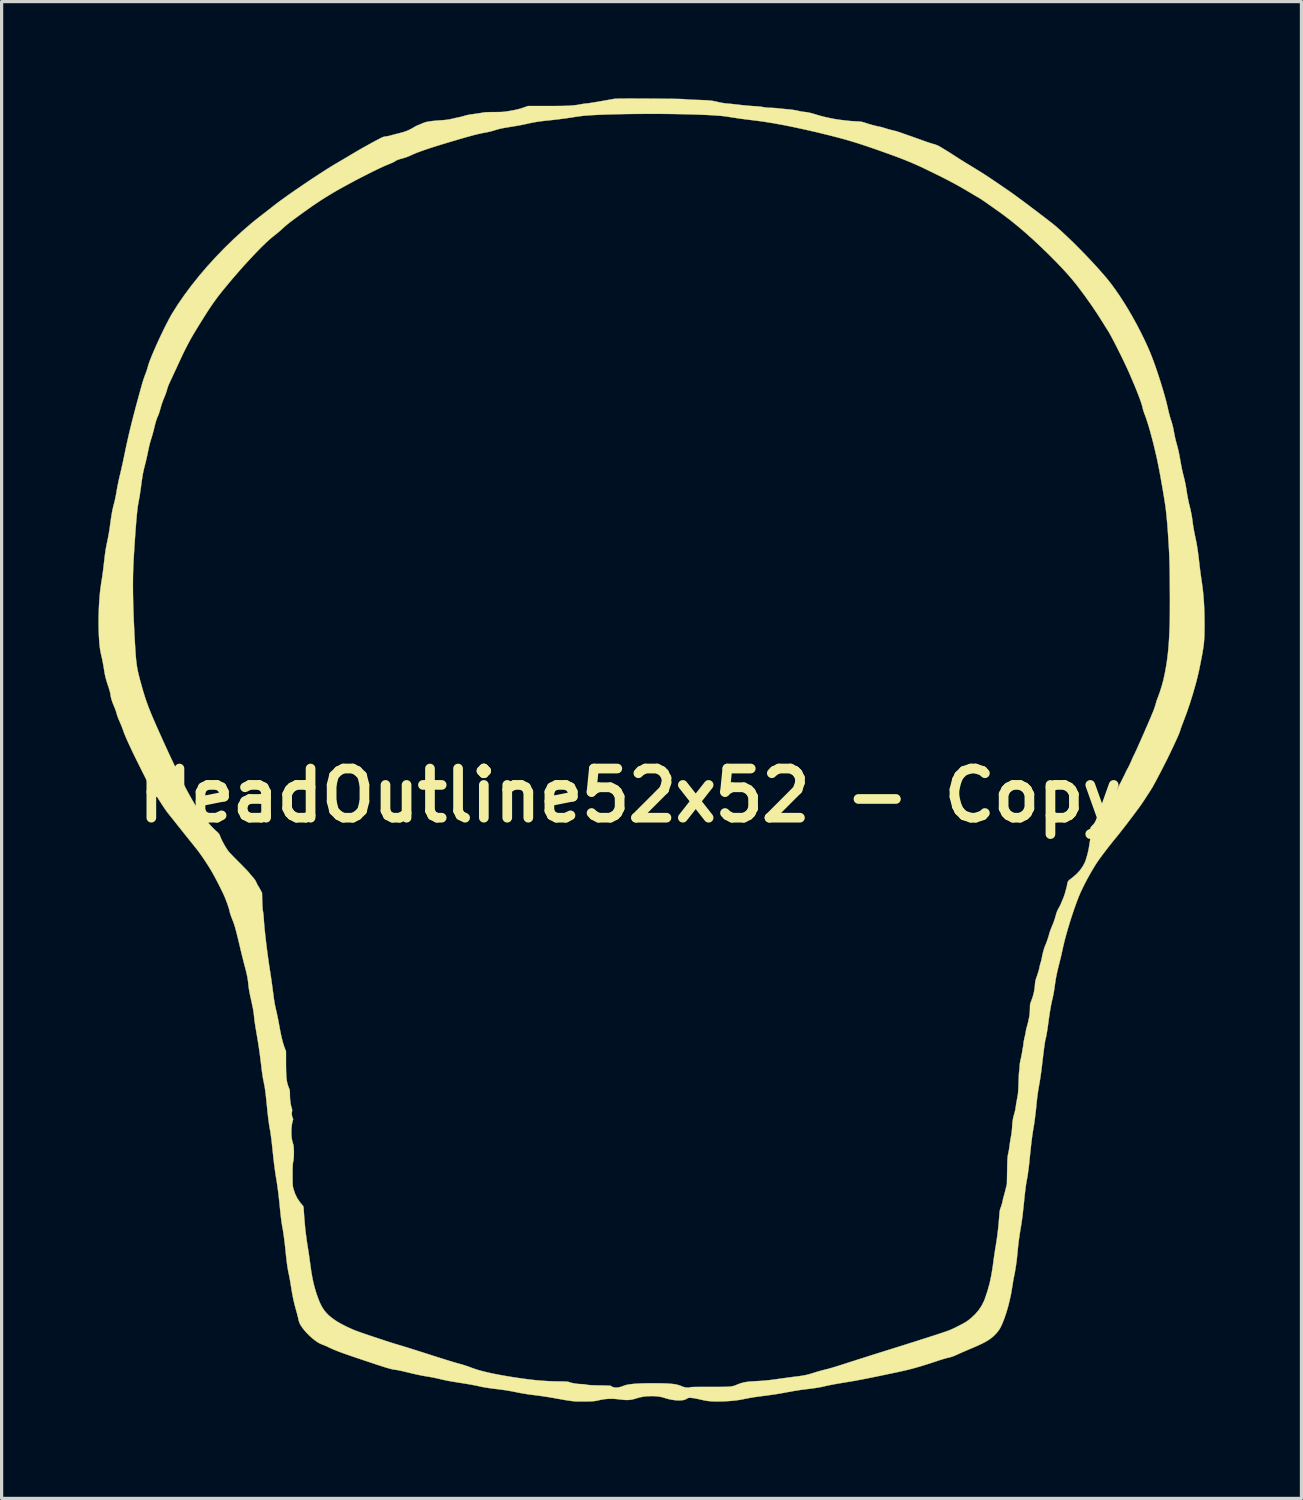
<source format=kicad_pcb>
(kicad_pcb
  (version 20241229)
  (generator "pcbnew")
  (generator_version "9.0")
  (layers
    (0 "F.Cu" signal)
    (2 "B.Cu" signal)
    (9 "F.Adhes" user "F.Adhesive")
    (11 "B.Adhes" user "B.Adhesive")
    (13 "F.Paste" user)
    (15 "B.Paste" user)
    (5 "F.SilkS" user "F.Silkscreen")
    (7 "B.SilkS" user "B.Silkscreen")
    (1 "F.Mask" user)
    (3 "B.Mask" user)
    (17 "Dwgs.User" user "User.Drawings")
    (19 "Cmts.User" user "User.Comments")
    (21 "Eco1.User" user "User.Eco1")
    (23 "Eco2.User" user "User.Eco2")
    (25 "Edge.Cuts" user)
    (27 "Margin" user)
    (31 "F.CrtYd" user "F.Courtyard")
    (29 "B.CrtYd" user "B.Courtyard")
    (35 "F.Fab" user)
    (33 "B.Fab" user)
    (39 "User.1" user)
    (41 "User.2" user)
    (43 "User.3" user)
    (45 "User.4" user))
  (footprint "HeadOutline52x52 - Copy"
    (layer "F.Cu")
    (at 16.482 21.605)
    (property "Reference" "HeadOutline52x52 - Copy" (at 0 0 0) (layer "F.SilkS") (effects (font (size 1.524 1.524) (thickness 0.3))))
    (attr through_hole)
    (fp_poly (pts (xy 0.113 -21.6) (xy 0.25 -21.599) (xy 0.406 -21.598) (xy 0.582 -21.598) (xy 0.598 -21.597) (xy 0.8 -21.596) (xy 0.983 -21.595) (xy 1.145 -21.593) (xy 1.286 -21.592) (xy 1.407 -21.59) (xy 1.508 -21.588) (xy 1.586 -21.586) (xy 1.644 -21.584) (xy 1.679 -21.581) (xy 1.69 -21.58) (xy 1.716 -21.577) (xy 1.761 -21.573) (xy 1.821 -21.569) (xy 1.894 -21.565) (xy 1.976 -21.562) (xy 2.062 -21.558) (xy 2.093 -21.558) (xy 2.206 -21.554) (xy 2.3 -21.55) (xy 2.379 -21.546) (xy 2.446 -21.541) (xy 2.505 -21.535) (xy 2.559 -21.527) (xy 2.611 -21.518) (xy 2.665 -21.506) (xy 2.724 -21.492) (xy 2.733 -21.49) (xy 2.816 -21.472) (xy 2.907 -21.457) (xy 2.993 -21.447) (xy 3.004 -21.446) (xy 3.075 -21.44) (xy 3.157 -21.432) (xy 3.236 -21.423) (xy 3.28 -21.418) (xy 3.419 -21.402) (xy 3.54 -21.389) (xy 3.647 -21.379) (xy 3.744 -21.371) (xy 3.835 -21.365) (xy 3.862 -21.364) (xy 3.93 -21.359) (xy 4.001 -21.353) (xy 4.067 -21.345) (xy 4.119 -21.336) (xy 4.121 -21.335) (xy 4.196 -21.324) (xy 4.277 -21.316) (xy 4.335 -21.314) (xy 4.391 -21.312) (xy 4.461 -21.308) (xy 4.533 -21.303) (xy 4.589 -21.297) (xy 4.66 -21.289) (xy 4.739 -21.281) (xy 4.815 -21.274) (xy 4.865 -21.27) (xy 5.012 -21.255) (xy 5.153 -21.232) (xy 5.253 -21.209) (xy 5.297 -21.199) (xy 5.352 -21.191) (xy 5.405 -21.185) (xy 5.406 -21.185) (xy 5.492 -21.174) (xy 5.596 -21.152) (xy 5.714 -21.119) (xy 5.781 -21.098) (xy 5.876 -21.07) (xy 5.986 -21.041) (xy 6.106 -21.013) (xy 6.229 -20.987) (xy 6.349 -20.964) (xy 6.46 -20.947) (xy 6.527 -20.938) (xy 6.587 -20.931) (xy 6.651 -20.923) (xy 6.709 -20.916) (xy 6.72 -20.915) (xy 6.763 -20.91) (xy 6.821 -20.905) (xy 6.889 -20.9) (xy 6.959 -20.896) (xy 6.991 -20.894) (xy 7.06 -20.891) (xy 7.113 -20.887) (xy 7.156 -20.882) (xy 7.194 -20.875) (xy 7.233 -20.864) (xy 7.279 -20.85) (xy 7.305 -20.841) (xy 7.432 -20.801) (xy 7.563 -20.765) (xy 7.687 -20.736) (xy 7.73 -20.728) (xy 7.771 -20.719) (xy 7.824 -20.704) (xy 7.883 -20.687) (xy 7.93 -20.672) (xy 7.991 -20.653) (xy 8.056 -20.635) (xy 8.115 -20.62) (xy 8.15 -20.612) (xy 8.201 -20.6) (xy 8.264 -20.583) (xy 8.327 -20.563) (xy 8.359 -20.552) (xy 8.543 -20.487) (xy 8.707 -20.43) (xy 8.851 -20.378) (xy 8.978 -20.333) (xy 9.087 -20.294) (xy 9.105 -20.287) (xy 9.175 -20.262) (xy 9.247 -20.238) (xy 9.314 -20.216) (xy 9.37 -20.199) (xy 9.398 -20.191) (xy 9.452 -20.175) (xy 9.506 -20.156) (xy 9.551 -20.136) (xy 9.563 -20.13) (xy 9.634 -20.089) (xy 9.716 -20.039) (xy 9.805 -19.985) (xy 9.895 -19.929) (xy 9.979 -19.876) (xy 10.052 -19.829) (xy 10.065 -19.82) (xy 10.109 -19.791) (xy 10.169 -19.753) (xy 10.239 -19.708) (xy 10.317 -19.66) (xy 10.398 -19.609) (xy 10.479 -19.56) (xy 10.491 -19.553) (xy 10.59 -19.492) (xy 10.678 -19.438) (xy 10.758 -19.389) (xy 10.831 -19.344) (xy 10.9 -19.301) (xy 10.967 -19.258) (xy 11.034 -19.215) (xy 11.103 -19.169) (xy 11.176 -19.121) (xy 11.256 -19.067) (xy 11.345 -19.007) (xy 11.445 -18.939) (xy 11.557 -18.862) (xy 11.685 -18.774) (xy 11.739 -18.737) (xy 11.796 -18.698) (xy 11.865 -18.648) (xy 11.947 -18.589) (xy 12.037 -18.522) (xy 12.136 -18.45) (xy 12.24 -18.372) (xy 12.348 -18.292) (xy 12.457 -18.209) (xy 12.567 -18.127) (xy 12.674 -18.045) (xy 12.777 -17.966) (xy 12.875 -17.892) (xy 12.964 -17.823) (xy 13.044 -17.76) (xy 13.112 -17.707) (xy 13.166 -17.663) (xy 13.204 -17.631) (xy 13.207 -17.628) (xy 13.371 -17.482) (xy 13.543 -17.321) (xy 13.722 -17.149) (xy 13.903 -16.969) (xy 14.084 -16.784) (xy 14.261 -16.598) (xy 14.431 -16.415) (xy 14.591 -16.236) (xy 14.738 -16.067) (xy 14.783 -16.013) (xy 14.907 -15.856) (xy 15.036 -15.68) (xy 15.168 -15.489) (xy 15.301 -15.284) (xy 15.433 -15.069) (xy 15.563 -14.845) (xy 15.689 -14.617) (xy 15.81 -14.386) (xy 15.924 -14.156) (xy 16.03 -13.928) (xy 16.115 -13.733) (xy 16.164 -13.609) (xy 16.217 -13.47) (xy 16.272 -13.318) (xy 16.327 -13.157) (xy 16.382 -12.991) (xy 16.437 -12.821) (xy 16.489 -12.652) (xy 16.537 -12.488) (xy 16.582 -12.331) (xy 16.621 -12.185) (xy 16.653 -12.052) (xy 16.676 -11.949) (xy 16.693 -11.875) (xy 16.715 -11.791) (xy 16.739 -11.706) (xy 16.763 -11.631) (xy 16.764 -11.629) (xy 16.799 -11.516) (xy 16.828 -11.4) (xy 16.852 -11.275) (xy 16.866 -11.204) (xy 16.88 -11.131) (xy 16.895 -11.064) (xy 16.908 -11.008) (xy 16.914 -10.983) (xy 16.944 -10.877) (xy 16.968 -10.786) (xy 16.989 -10.702) (xy 17.007 -10.62) (xy 17.024 -10.532) (xy 17.042 -10.432) (xy 17.051 -10.385) (xy 17.065 -10.302) (xy 17.081 -10.218) (xy 17.097 -10.138) (xy 17.112 -10.067) (xy 17.124 -10.011) (xy 17.129 -9.993) (xy 17.155 -9.89) (xy 17.177 -9.804) (xy 17.194 -9.728) (xy 17.209 -9.657) (xy 17.222 -9.588) (xy 17.235 -9.513) (xy 17.248 -9.427) (xy 17.25 -9.415) (xy 17.264 -9.329) (xy 17.281 -9.235) (xy 17.299 -9.142) (xy 17.318 -9.056) (xy 17.333 -8.995) (xy 17.359 -8.891) (xy 17.379 -8.8) (xy 17.396 -8.716) (xy 17.411 -8.631) (xy 17.424 -8.538) (xy 17.432 -8.481) (xy 17.443 -8.395) (xy 17.456 -8.315) (xy 17.469 -8.235) (xy 17.486 -8.149) (xy 17.506 -8.051) (xy 17.52 -7.984) (xy 17.546 -7.862) (xy 17.568 -7.737) (xy 17.589 -7.603) (xy 17.609 -7.457) (xy 17.626 -7.316) (xy 17.646 -7.136) (xy 17.666 -6.974) (xy 17.686 -6.824) (xy 17.706 -6.683) (xy 17.725 -6.554) (xy 17.749 -6.374) (xy 17.768 -6.183) (xy 17.783 -5.98) (xy 17.794 -5.761) (xy 17.8 -5.525) (xy 17.802 -5.287) (xy 17.801 -5.147) (xy 17.799 -5.024) (xy 17.796 -4.915) (xy 17.789 -4.813) (xy 17.781 -4.716) (xy 17.769 -4.617) (xy 17.753 -4.513) (xy 17.734 -4.399) (xy 17.713 -4.286) (xy 17.683 -4.133) (xy 17.656 -3.998) (xy 17.631 -3.876) (xy 17.605 -3.763) (xy 17.579 -3.654) (xy 17.552 -3.545) (xy 17.521 -3.433) (xy 17.519 -3.424) (xy 17.432 -3.121) (xy 17.341 -2.832) (xy 17.248 -2.56) (xy 17.153 -2.308) (xy 17.146 -2.289) (xy 17.12 -2.222) (xy 17.096 -2.159) (xy 17.076 -2.104) (xy 17.061 -2.061) (xy 17.053 -2.033) (xy 17.052 -2.032) (xy 17.042 -1.998) (xy 17.025 -1.951) (xy 17 -1.888) (xy 16.966 -1.81) (xy 16.923 -1.715) (xy 16.872 -1.604) (xy 16.811 -1.474) (xy 16.741 -1.327) (xy 16.703 -1.248) (xy 16.67 -1.18) (xy 16.631 -1.1) (xy 16.586 -1.012) (xy 16.538 -0.918) (xy 16.488 -0.82) (xy 16.437 -0.721) (xy 16.386 -0.624) (xy 16.337 -0.532) (xy 16.292 -0.446) (xy 16.251 -0.37) (xy 16.216 -0.306) (xy 16.189 -0.257) (xy 16.172 -0.23) (xy 16.123 -0.151) (xy 16.07 -0.069) (xy 16.016 0.014) (xy 15.964 0.095) (xy 15.914 0.17) (xy 15.871 0.235) (xy 15.835 0.287) (xy 15.816 0.315) (xy 15.744 0.413) (xy 15.664 0.521) (xy 15.578 0.636) (xy 15.488 0.755) (xy 15.397 0.875) (xy 15.307 0.992) (xy 15.22 1.103) (xy 15.139 1.206) (xy 15.065 1.298) (xy 15.002 1.375) (xy 14.998 1.38) (xy 14.948 1.441) (xy 14.891 1.513) (xy 14.828 1.592) (xy 14.764 1.676) (xy 14.699 1.761) (xy 14.638 1.842) (xy 14.581 1.918) (xy 14.534 1.984) (xy 14.497 2.036) (xy 14.492 2.043) (xy 14.414 2.162) (xy 14.334 2.294) (xy 14.252 2.435) (xy 14.172 2.58) (xy 14.095 2.725) (xy 14.025 2.866) (xy 13.962 2.998) (xy 13.911 3.118) (xy 13.903 3.136) (xy 13.833 3.319) (xy 13.763 3.515) (xy 13.694 3.72) (xy 13.627 3.929) (xy 13.564 4.138) (xy 13.506 4.343) (xy 13.455 4.538) (xy 13.412 4.721) (xy 13.395 4.8) (xy 13.381 4.863) (xy 13.364 4.941) (xy 13.343 5.028) (xy 13.322 5.115) (xy 13.301 5.198) (xy 13.3 5.201) (xy 13.267 5.333) (xy 13.24 5.449) (xy 13.217 5.553) (xy 13.198 5.649) (xy 13.182 5.744) (xy 13.168 5.84) (xy 13.164 5.869) (xy 13.148 5.984) (xy 13.132 6.085) (xy 13.115 6.177) (xy 13.096 6.269) (xy 13.079 6.339) (xy 13.051 6.466) (xy 13.025 6.607) (xy 12.999 6.764) (xy 12.974 6.94) (xy 12.965 7.007) (xy 12.95 7.118) (xy 12.935 7.221) (xy 12.921 7.314) (xy 12.907 7.394) (xy 12.895 7.46) (xy 12.885 7.508) (xy 12.877 7.537) (xy 12.87 7.563) (xy 12.861 7.61) (xy 12.85 7.674) (xy 12.839 7.755) (xy 12.826 7.85) (xy 12.812 7.958) (xy 12.798 8.076) (xy 12.788 8.155) (xy 12.771 8.306) (xy 12.755 8.438) (xy 12.74 8.556) (xy 12.725 8.663) (xy 12.71 8.763) (xy 12.695 8.86) (xy 12.678 8.956) (xy 12.658 9.071) (xy 12.642 9.172) (xy 12.628 9.267) (xy 12.616 9.361) (xy 12.604 9.462) (xy 12.592 9.577) (xy 12.59 9.602) (xy 12.573 9.77) (xy 12.554 9.928) (xy 12.536 10.073) (xy 12.517 10.202) (xy 12.501 10.298) (xy 12.486 10.386) (xy 12.472 10.48) (xy 12.457 10.582) (xy 12.443 10.694) (xy 12.428 10.818) (xy 12.413 10.958) (xy 12.396 11.115) (xy 12.379 11.281) (xy 12.367 11.401) (xy 12.354 11.516) (xy 12.34 11.624) (xy 12.327 11.721) (xy 12.315 11.804) (xy 12.303 11.87) (xy 12.297 11.899) (xy 12.285 11.957) (xy 12.273 12.035) (xy 12.259 12.131) (xy 12.245 12.243) (xy 12.23 12.369) (xy 12.215 12.507) (xy 12.209 12.573) (xy 12.189 12.766) (xy 12.17 12.938) (xy 12.152 13.089) (xy 12.134 13.218) (xy 12.117 13.325) (xy 12.114 13.346) (xy 12.097 13.443) (xy 12.081 13.545) (xy 12.065 13.649) (xy 12.051 13.749) (xy 12.039 13.839) (xy 12.03 13.915) (xy 12.027 13.937) (xy 12.022 13.99) (xy 12.015 14.058) (xy 12.008 14.133) (xy 12.001 14.208) (xy 11.998 14.235) (xy 11.978 14.42) (xy 11.954 14.594) (xy 11.925 14.769) (xy 11.901 14.892) (xy 11.885 14.971) (xy 11.869 15.058) (xy 11.855 15.145) (xy 11.842 15.223) (xy 11.839 15.246) (xy 11.806 15.443) (xy 11.763 15.644) (xy 11.713 15.844) (xy 11.656 16.037) (xy 11.594 16.219) (xy 11.531 16.377) (xy 11.493 16.459) (xy 11.456 16.528) (xy 11.416 16.588) (xy 11.368 16.648) (xy 11.321 16.7) (xy 11.267 16.754) (xy 11.21 16.804) (xy 11.147 16.851) (xy 11.076 16.897) (xy 10.995 16.944) (xy 10.902 16.992) (xy 10.793 17.043) (xy 10.668 17.098) (xy 10.558 17.145) (xy 10.479 17.178) (xy 10.391 17.216) (xy 10.303 17.254) (xy 10.222 17.29) (xy 10.177 17.31) (xy 10.107 17.342) (xy 10.052 17.366) (xy 10.007 17.384) (xy 9.966 17.398) (xy 9.925 17.41) (xy 9.878 17.422) (xy 9.829 17.433) (xy 9.793 17.442) (xy 9.74 17.457) (xy 9.677 17.476) (xy 9.606 17.498) (xy 9.533 17.522) (xy 9.519 17.527) (xy 9.361 17.579) (xy 9.219 17.625) (xy 9.091 17.665) (xy 8.973 17.701) (xy 8.862 17.733) (xy 8.754 17.763) (xy 8.645 17.791) (xy 8.532 17.818) (xy 8.411 17.846) (xy 8.279 17.875) (xy 8.178 17.896) (xy 7.974 17.939) (xy 7.79 17.978) (xy 7.623 18.012) (xy 7.471 18.043) (xy 7.331 18.071) (xy 7.203 18.096) (xy 7.083 18.119) (xy 6.969 18.14) (xy 6.859 18.159) (xy 6.752 18.177) (xy 6.714 18.183) (xy 6.582 18.205) (xy 6.468 18.224) (xy 6.371 18.241) (xy 6.288 18.256) (xy 6.217 18.27) (xy 6.153 18.283) (xy 6.096 18.295) (xy 6.042 18.307) (xy 6.008 18.316) (xy 5.939 18.331) (xy 5.854 18.347) (xy 5.756 18.363) (xy 5.651 18.378) (xy 5.543 18.392) (xy 5.483 18.399) (xy 5.293 18.423) (xy 5.084 18.456) (xy 4.861 18.496) (xy 4.854 18.498) (xy 4.694 18.527) (xy 4.524 18.556) (xy 4.354 18.581) (xy 4.193 18.603) (xy 4.152 18.608) (xy 3.966 18.632) (xy 3.8 18.656) (xy 3.652 18.683) (xy 3.556 18.702) (xy 3.42 18.729) (xy 3.278 18.75) (xy 3.126 18.765) (xy 2.96 18.776) (xy 2.83 18.781) (xy 2.699 18.783) (xy 2.584 18.781) (xy 2.481 18.775) (xy 2.385 18.764) (xy 2.29 18.748) (xy 2.191 18.726) (xy 2.187 18.725) (xy 2.086 18.702) (xy 1.996 18.684) (xy 1.919 18.674) (xy 1.857 18.669) (xy 1.813 18.671) (xy 1.803 18.674) (xy 1.769 18.688) (xy 1.738 18.707) (xy 1.694 18.728) (xy 1.633 18.742) (xy 1.559 18.748) (xy 1.474 18.749) (xy 1.382 18.742) (xy 1.287 18.728) (xy 1.192 18.709) (xy 1.101 18.683) (xy 1.093 18.68) (xy 0.991 18.65) (xy 0.889 18.63) (xy 0.779 18.619) (xy 0.663 18.616) (xy 0.533 18.62) (xy 0.416 18.632) (xy 0.304 18.655) (xy 0.196 18.685) (xy 0.094 18.715) (xy 0.001 18.732) (xy -0.088 18.738) (xy -0.183 18.734) (xy -0.213 18.731) (xy -0.277 18.724) (xy -0.348 18.716) (xy -0.413 18.709) (xy -0.442 18.706) (xy -0.554 18.699) (xy -0.674 18.701) (xy -0.793 18.711) (xy -0.901 18.729) (xy -0.923 18.734) (xy -0.984 18.748) (xy -1.049 18.761) (xy -1.108 18.771) (xy -1.127 18.773) (xy -1.163 18.776) (xy -1.216 18.779) (xy -1.282 18.781) (xy -1.357 18.782) (xy -1.436 18.783) (xy -1.514 18.783) (xy -1.587 18.783) (xy -1.651 18.782) (xy -1.701 18.78) (xy -1.728 18.778) (xy -1.807 18.769) (xy -1.88 18.759) (xy -1.953 18.748) (xy -2.032 18.736) (xy -2.121 18.72) (xy -2.226 18.701) (xy -2.231 18.701) (xy -2.365 18.676) (xy -2.482 18.656) (xy -2.587 18.639) (xy -2.685 18.624) (xy -2.782 18.61) (xy -2.88 18.597) (xy -2.967 18.586) (xy -3.156 18.562) (xy -3.329 18.534) (xy -3.496 18.503) (xy -3.545 18.492) (xy -3.834 18.438) (xy -4.086 18.404) (xy -4.255 18.384) (xy -4.404 18.363) (xy -4.533 18.342) (xy -4.645 18.32) (xy -4.686 18.31) (xy -4.739 18.298) (xy -4.808 18.284) (xy -4.888 18.269) (xy -4.971 18.254) (xy -5.053 18.24) (xy -5.063 18.238) (xy -5.152 18.224) (xy -5.25 18.208) (xy -5.35 18.192) (xy -5.442 18.177) (xy -5.516 18.165) (xy -5.598 18.151) (xy -5.686 18.134) (xy -5.774 18.116) (xy -5.853 18.098) (xy -5.894 18.088) (xy -5.97 18.07) (xy -6.057 18.051) (xy -6.147 18.033) (xy -6.228 18.019) (xy -6.242 18.017) (xy -6.339 18.001) (xy -6.432 17.985) (xy -6.524 17.966) (xy -6.62 17.946) (xy -6.726 17.922) (xy -6.846 17.893) (xy -6.929 17.873) (xy -7.005 17.855) (xy -7.08 17.837) (xy -7.149 17.823) (xy -7.208 17.811) (xy -7.251 17.804) (xy -7.26 17.803) (xy -7.295 17.798) (xy -7.33 17.793) (xy -7.367 17.786) (xy -7.408 17.776) (xy -7.455 17.764) (xy -7.51 17.749) (xy -7.574 17.73) (xy -7.649 17.706) (xy -7.737 17.678) (xy -7.84 17.645) (xy -7.96 17.605) (xy -8.098 17.559) (xy -8.167 17.536) (xy -8.34 17.478) (xy -8.494 17.426) (xy -8.63 17.38) (xy -8.749 17.339) (xy -8.855 17.302) (xy -8.947 17.269) (xy -9.027 17.239) (xy -9.098 17.211) (xy -9.161 17.186) (xy -9.217 17.162) (xy -9.268 17.139) (xy -9.316 17.117) (xy -9.326 17.112) (xy -9.385 17.083) (xy -9.444 17.057) (xy -9.498 17.035) (xy -9.539 17.02) (xy -9.544 17.018) (xy -9.613 16.989) (xy -9.691 16.945) (xy -9.774 16.886) (xy -9.859 16.818) (xy -9.944 16.741) (xy -10.025 16.66) (xy -10.099 16.576) (xy -10.164 16.493) (xy -10.216 16.413) (xy -10.237 16.374) (xy -10.257 16.326) (xy -10.274 16.273) (xy -10.282 16.238) (xy -10.288 16.205) (xy -10.3 16.157) (xy -10.315 16.096) (xy -10.333 16.029) (xy -10.352 15.962) (xy -10.391 15.82) (xy -10.425 15.683) (xy -10.455 15.544) (xy -10.482 15.396) (xy -10.509 15.235) (xy -10.513 15.207) (xy -10.526 15.129) (xy -10.539 15.049) (xy -10.553 14.973) (xy -10.565 14.907) (xy -10.575 14.859) (xy -10.593 14.775) (xy -10.61 14.685) (xy -10.626 14.587) (xy -10.641 14.476) (xy -10.656 14.35) (xy -10.672 14.205) (xy -10.673 14.191) (xy -10.69 14.027) (xy -10.706 13.884) (xy -10.721 13.759) (xy -10.735 13.651) (xy -10.748 13.558) (xy -10.761 13.478) (xy -10.773 13.412) (xy -10.785 13.348) (xy -10.796 13.281) (xy -10.807 13.208) (xy -10.818 13.126) (xy -10.829 13.033) (xy -10.841 12.925) (xy -10.854 12.799) (xy -10.861 12.722) (xy -10.879 12.551) (xy -10.896 12.399) (xy -10.913 12.26) (xy -10.93 12.132) (xy -10.948 12.009) (xy -10.966 11.899) (xy -10.991 11.746) (xy -11.015 11.576) (xy -11.039 11.394) (xy -11.061 11.206) (xy -11.076 11.055) (xy -11.096 10.867) (xy -11.114 10.702) (xy -11.133 10.558) (xy -11.15 10.435) (xy -11.168 10.335) (xy -11.171 10.32) (xy -11.186 10.235) (xy -11.201 10.13) (xy -11.217 10.006) (xy -11.234 9.866) (xy -11.25 9.711) (xy -11.259 9.619) (xy -11.269 9.517) (xy -11.28 9.414) (xy -11.291 9.314) (xy -11.302 9.22) (xy -11.313 9.135) (xy -11.323 9.064) (xy -11.332 9.009) (xy -11.336 8.989) (xy -11.345 8.946) (xy -11.356 8.89) (xy -11.368 8.831) (xy -11.373 8.807) (xy -11.382 8.757) (xy -11.393 8.692) (xy -11.403 8.619) (xy -11.414 8.543) (xy -11.419 8.503) (xy -11.436 8.359) (xy -11.452 8.234) (xy -11.465 8.125) (xy -11.478 8.029) (xy -11.489 7.942) (xy -11.501 7.862) (xy -11.512 7.786) (xy -11.524 7.711) (xy -11.536 7.633) (xy -11.55 7.551) (xy -11.553 7.532) (xy -11.575 7.402) (xy -11.593 7.292) (xy -11.609 7.2) (xy -11.621 7.123) (xy -11.631 7.059) (xy -11.639 7.006) (xy -11.645 6.962) (xy -11.65 6.925) (xy -11.653 6.892) (xy -11.656 6.861) (xy -11.656 6.856) (xy -11.663 6.787) (xy -11.673 6.715) (xy -11.685 6.636) (xy -11.703 6.546) (xy -11.725 6.442) (xy -11.745 6.35) (xy -11.77 6.238) (xy -11.79 6.143) (xy -11.805 6.061) (xy -11.818 5.989) (xy -11.827 5.922) (xy -11.835 5.856) (xy -11.838 5.82) (xy -11.845 5.754) (xy -11.855 5.686) (xy -11.868 5.613) (xy -11.885 5.532) (xy -11.907 5.439) (xy -11.935 5.33) (xy -11.955 5.256) (xy -11.972 5.19) (xy -11.993 5.107) (xy -12.017 5.011) (xy -12.043 4.908) (xy -12.069 4.801) (xy -12.094 4.694) (xy -12.11 4.627) (xy -12.143 4.489) (xy -12.172 4.371) (xy -12.197 4.269) (xy -12.22 4.182) (xy -12.24 4.106) (xy -12.26 4.041) (xy -12.278 3.983) (xy -12.297 3.929) (xy -12.316 3.879) (xy -12.337 3.828) (xy -12.361 3.766) (xy -12.385 3.698) (xy -12.404 3.634) (xy -12.415 3.59) (xy -12.435 3.511) (xy -12.466 3.414) (xy -12.505 3.303) (xy -12.554 3.179) (xy -12.562 3.158) (xy -12.587 3.101) (xy -12.621 3.028) (xy -12.662 2.943) (xy -12.708 2.85) (xy -12.757 2.752) (xy -12.807 2.655) (xy -12.857 2.56) (xy -12.904 2.472) (xy -12.947 2.395) (xy -12.984 2.332) (xy -12.985 2.33) (xy -13.067 2.196) (xy -13.153 2.062) (xy -13.239 1.933) (xy -13.323 1.813) (xy -13.402 1.705) (xy -13.475 1.614) (xy -13.477 1.611) (xy -13.508 1.572) (xy -13.551 1.519) (xy -13.603 1.454) (xy -13.663 1.379) (xy -13.729 1.297) (xy -13.798 1.21) (xy -13.869 1.121) (xy -13.919 1.058) (xy -13.988 0.972) (xy -14.055 0.887) (xy -14.119 0.807) (xy -14.177 0.733) (xy -14.229 0.669) (xy -14.272 0.615) (xy -14.304 0.575) (xy -14.322 0.553) (xy -14.352 0.514) (xy -14.391 0.46) (xy -14.434 0.398) (xy -14.479 0.331) (xy -14.517 0.272) (xy -14.598 0.145) (xy -14.667 0.038) (xy -14.726 -0.052) (xy -14.774 -0.124) (xy -14.811 -0.179) (xy -14.839 -0.218) (xy -14.854 -0.236) (xy -14.866 -0.254) (xy -14.886 -0.289) (xy -14.914 -0.339) (xy -14.948 -0.402) (xy -14.987 -0.476) (xy -15.03 -0.559) (xy -15.075 -0.647) (xy -15.097 -0.691) (xy -15.203 -0.901) (xy -15.299 -1.095) (xy -15.386 -1.273) (xy -15.463 -1.434) (xy -15.531 -1.579) (xy -15.588 -1.705) (xy -15.636 -1.814) (xy -15.674 -1.905) (xy -15.7 -1.977) (xy -15.706 -1.993) (xy -15.723 -2.041) (xy -15.746 -2.102) (xy -15.772 -2.169) (xy -15.8 -2.234) (xy -15.805 -2.247) (xy -15.837 -2.32) (xy -15.861 -2.377) (xy -15.879 -2.424) (xy -15.894 -2.464) (xy -15.906 -2.503) (xy -15.918 -2.544) (xy -15.926 -2.573) (xy -15.94 -2.618) (xy -15.96 -2.675) (xy -15.984 -2.736) (xy -16.002 -2.777) (xy -16.046 -2.886) (xy -16.078 -2.982) (xy -16.099 -3.068) (xy -16.107 -3.125) (xy -16.113 -3.165) (xy -16.127 -3.222) (xy -16.147 -3.291) (xy -16.171 -3.368) (xy -16.179 -3.39) (xy -16.213 -3.495) (xy -16.241 -3.586) (xy -16.263 -3.668) (xy -16.28 -3.748) (xy -16.296 -3.833) (xy -16.306 -3.898) (xy -16.323 -4.004) (xy -16.344 -4.119) (xy -16.367 -4.232) (xy -16.39 -4.335) (xy -16.398 -4.369) (xy -16.419 -4.467) (xy -16.437 -4.584) (xy -16.451 -4.718) (xy -16.462 -4.866) (xy -16.47 -5.026) (xy -16.475 -5.194) (xy -16.477 -5.369) (xy -16.475 -5.547) (xy -16.47 -5.727) (xy -16.462 -5.905) (xy -16.451 -6.079) (xy -16.437 -6.247) (xy -16.42 -6.405) (xy -16.399 -6.551) (xy -16.394 -6.582) (xy -16.394 -6.582) (xy -15.412 -6.582) (xy -15.411 -6.311) (xy -15.406 -6.022) (xy -15.397 -5.715) (xy -15.384 -5.389) (xy -15.368 -5.042) (xy -15.35 -4.721) (xy -15.341 -4.571) (xy -15.332 -4.44) (xy -15.324 -4.325) (xy -15.315 -4.223) (xy -15.305 -4.132) (xy -15.294 -4.047) (xy -15.282 -3.966) (xy -15.267 -3.886) (xy -15.249 -3.804) (xy -15.228 -3.717) (xy -15.204 -3.622) (xy -15.175 -3.516) (xy -15.157 -3.451) (xy -15.126 -3.339) (xy -15.096 -3.234) (xy -15.065 -3.134) (xy -15.035 -3.037) (xy -15.003 -2.941) (xy -14.968 -2.845) (xy -14.932 -2.745) (xy -14.891 -2.641) (xy -14.846 -2.53) (xy -14.796 -2.411) (xy -14.74 -2.281) (xy -14.678 -2.139) (xy -14.608 -1.983) (xy -14.531 -1.811) (xy -14.451 -1.634) (xy -14.331 -1.372) (xy -14.218 -1.13) (xy -14.112 -0.906) (xy -14.013 -0.699) (xy -13.919 -0.508) (xy -13.831 -0.333) (xy -13.747 -0.172) (xy -13.667 -0.024) (xy -13.591 0.111) (xy -13.518 0.236) (xy -13.446 0.351) (xy -13.377 0.457) (xy -13.309 0.555) (xy -13.241 0.646) (xy -13.22 0.674) (xy -13.149 0.763) (xy -13.074 0.852) (xy -12.999 0.935) (xy -12.928 1.011) (xy -12.863 1.074) (xy -12.834 1.101) (xy -12.792 1.139) (xy -12.762 1.168) (xy -12.742 1.193) (xy -12.727 1.22) (xy -12.713 1.254) (xy -12.71 1.263) (xy -12.684 1.326) (xy -12.649 1.401) (xy -12.607 1.48) (xy -12.563 1.56) (xy -12.518 1.633) (xy -12.477 1.696) (xy -12.451 1.73) (xy -12.426 1.759) (xy -12.388 1.801) (xy -12.339 1.853) (xy -12.281 1.913) (xy -12.218 1.977) (xy -12.152 2.044) (xy -12.114 2.082) (xy -12.048 2.147) (xy -11.986 2.211) (xy -11.929 2.269) (xy -11.879 2.321) (xy -11.84 2.364) (xy -11.812 2.395) (xy -11.802 2.407) (xy -11.772 2.446) (xy -11.734 2.49) (xy -11.696 2.534) (xy -11.69 2.54) (xy -11.632 2.611) (xy -11.593 2.681) (xy -11.592 2.684) (xy -11.57 2.732) (xy -11.543 2.784) (xy -11.524 2.816) (xy -11.498 2.859) (xy -11.469 2.91) (xy -11.448 2.949) (xy -11.411 3.02) (xy -11.405 3.269) (xy -11.401 3.378) (xy -11.397 3.466) (xy -11.391 3.534) (xy -11.384 3.579) (xy -11.383 3.584) (xy -11.376 3.622) (xy -11.369 3.674) (xy -11.363 3.734) (xy -11.359 3.788) (xy -11.352 3.894) (xy -11.342 4.019) (xy -11.329 4.16) (xy -11.313 4.312) (xy -11.295 4.472) (xy -11.275 4.638) (xy -11.254 4.806) (xy -11.232 4.973) (xy -11.209 5.134) (xy -11.187 5.288) (xy -11.171 5.389) (xy -11.155 5.491) (xy -11.137 5.606) (xy -11.12 5.728) (xy -11.103 5.848) (xy -11.088 5.958) (xy -11.082 6.002) (xy -11.067 6.118) (xy -11.054 6.215) (xy -11.043 6.298) (xy -11.032 6.369) (xy -11.022 6.432) (xy -11.011 6.49) (xy -10.999 6.548) (xy -10.986 6.609) (xy -10.97 6.675) (xy -10.966 6.692) (xy -10.95 6.761) (xy -10.933 6.845) (xy -10.914 6.937) (xy -10.896 7.03) (xy -10.88 7.117) (xy -10.878 7.124) (xy -10.852 7.27) (xy -10.827 7.396) (xy -10.802 7.507) (xy -10.778 7.605) (xy -10.753 7.693) (xy -10.727 7.774) (xy -10.701 7.844) (xy -10.668 7.931) (xy -10.668 8.281) (xy -10.667 8.42) (xy -10.665 8.541) (xy -10.661 8.644) (xy -10.655 8.733) (xy -10.647 8.81) (xy -10.636 8.877) (xy -10.622 8.938) (xy -10.605 8.994) (xy -10.585 9.048) (xy -10.574 9.074) (xy -10.563 9.102) (xy -10.555 9.128) (xy -10.55 9.158) (xy -10.547 9.196) (xy -10.547 9.249) (xy -10.547 9.281) (xy -10.543 9.398) (xy -10.531 9.509) (xy -10.513 9.61) (xy -10.491 9.692) (xy -10.479 9.735) (xy -10.477 9.768) (xy -10.481 9.787) (xy -10.491 9.86) (xy -10.481 9.937) (xy -10.469 9.976) (xy -10.446 10.037) (xy -10.47 10.123) (xy -10.484 10.191) (xy -10.494 10.274) (xy -10.5 10.366) (xy -10.501 10.46) (xy -10.498 10.55) (xy -10.49 10.628) (xy -10.486 10.65) (xy -10.475 10.703) (xy -10.462 10.755) (xy -10.449 10.797) (xy -10.446 10.805) (xy -10.437 10.842) (xy -10.43 10.897) (xy -10.426 10.965) (xy -10.423 11.039) (xy -10.424 11.117) (xy -10.426 11.193) (xy -10.431 11.263) (xy -10.438 11.321) (xy -10.444 11.349) (xy -10.45 11.374) (xy -10.454 11.402) (xy -10.458 11.436) (xy -10.46 11.479) (xy -10.462 11.532) (xy -10.463 11.6) (xy -10.463 11.686) (xy -10.463 11.761) (xy -10.463 11.857) (xy -10.463 11.933) (xy -10.462 11.994) (xy -10.46 12.042) (xy -10.458 12.08) (xy -10.455 12.111) (xy -10.45 12.138) (xy -10.444 12.165) (xy -10.437 12.194) (xy -10.434 12.203) (xy -10.382 12.356) (xy -10.313 12.494) (xy -10.226 12.619) (xy -10.183 12.669) (xy -10.154 12.702) (xy -10.136 12.727) (xy -10.127 12.751) (xy -10.123 12.782) (xy -10.121 12.807) (xy -10.118 12.845) (xy -10.115 12.899) (xy -10.11 12.963) (xy -10.106 13.03) (xy -10.104 13.059) (xy -10.07 13.45) (xy -10.021 13.827) (xy -10.006 13.92) (xy -9.991 14.016) (xy -9.974 14.124) (xy -9.957 14.236) (xy -9.942 14.343) (xy -9.929 14.439) (xy -9.928 14.445) (xy -9.904 14.62) (xy -9.881 14.777) (xy -9.856 14.918) (xy -9.83 15.048) (xy -9.802 15.17) (xy -9.77 15.286) (xy -9.736 15.402) (xy -9.708 15.485) (xy -9.657 15.626) (xy -9.605 15.748) (xy -9.55 15.855) (xy -9.49 15.949) (xy -9.422 16.033) (xy -9.344 16.112) (xy -9.253 16.188) (xy -9.147 16.264) (xy -9.105 16.292) (xy -9.043 16.33) (xy -8.964 16.374) (xy -8.876 16.421) (xy -8.783 16.467) (xy -8.69 16.511) (xy -8.602 16.55) (xy -8.542 16.575) (xy -8.492 16.594) (xy -8.424 16.619) (xy -8.34 16.648) (xy -8.244 16.682) (xy -8.138 16.718) (xy -8.026 16.756) (xy -7.909 16.795) (xy -7.792 16.834) (xy -7.676 16.872) (xy -7.565 16.909) (xy -7.461 16.942) (xy -7.368 16.972) (xy -7.288 16.997) (xy -7.224 17.016) (xy -7.217 17.018) (xy -7.151 17.038) (xy -7.069 17.062) (xy -6.975 17.091) (xy -6.874 17.122) (xy -6.77 17.155) (xy -6.667 17.187) (xy -6.615 17.204) (xy -6.433 17.262) (xy -6.271 17.313) (xy -6.128 17.359) (xy -6.001 17.4) (xy -5.889 17.435) (xy -5.791 17.466) (xy -5.705 17.493) (xy -5.631 17.516) (xy -5.566 17.536) (xy -5.51 17.553) (xy -5.46 17.568) (xy -5.415 17.581) (xy -5.374 17.593) (xy -5.336 17.603) (xy -5.298 17.614) (xy -5.292 17.615) (xy -5.214 17.637) (xy -5.13 17.663) (xy -5.048 17.69) (xy -4.975 17.716) (xy -4.939 17.73) (xy -4.828 17.77) (xy -4.703 17.81) (xy -4.563 17.848) (xy -4.405 17.886) (xy -4.23 17.924) (xy -4.037 17.961) (xy -3.823 17.999) (xy -3.589 18.037) (xy -3.573 18.039) (xy -3.346 18.072) (xy -3.138 18.1) (xy -2.943 18.122) (xy -2.757 18.139) (xy -2.578 18.15) (xy -2.4 18.158) (xy -2.247 18.161) (xy -2.152 18.162) (xy -2.076 18.163) (xy -2.018 18.165) (xy -1.973 18.168) (xy -1.941 18.171) (xy -1.917 18.175) (xy -1.901 18.18) (xy -1.898 18.181) (xy -1.853 18.197) (xy -1.792 18.212) (xy -1.722 18.225) (xy -1.65 18.236) (xy -1.582 18.242) (xy -1.539 18.244) (xy -1.482 18.246) (xy -1.422 18.252) (xy -1.37 18.26) (xy -1.364 18.262) (xy -1.334 18.267) (xy -1.295 18.272) (xy -1.245 18.276) (xy -1.181 18.279) (xy -1.102 18.282) (xy -1.004 18.284) (xy -0.941 18.285) (xy -0.849 18.287) (xy -0.767 18.289) (xy -0.699 18.292) (xy -0.647 18.294) (xy -0.612 18.297) (xy -0.597 18.3) (xy -0.596 18.301) (xy -0.587 18.311) (xy -0.564 18.325) (xy -0.549 18.332) (xy -0.488 18.35) (xy -0.414 18.353) (xy -0.333 18.341) (xy -0.32 18.338) (xy -0.273 18.324) (xy -0.225 18.307) (xy -0.202 18.298) (xy -0.145 18.278) (xy -0.071 18.261) (xy 0.02 18.247) (xy 0.129 18.236) (xy 0.257 18.228) (xy 0.404 18.222) (xy 0.572 18.219) (xy 0.707 18.218) (xy 0.863 18.219) (xy 0.999 18.221) (xy 1.117 18.225) (xy 1.218 18.231) (xy 1.306 18.239) (xy 1.382 18.249) (xy 1.449 18.262) (xy 1.507 18.278) (xy 1.559 18.296) (xy 1.585 18.307) (xy 1.647 18.331) (xy 1.711 18.347) (xy 1.77 18.354) (xy 1.821 18.353) (xy 1.854 18.344) (xy 1.866 18.341) (xy 1.89 18.338) (xy 1.927 18.336) (xy 1.979 18.334) (xy 2.046 18.333) (xy 2.13 18.332) (xy 2.233 18.332) (xy 2.356 18.332) (xy 2.468 18.332) (xy 2.608 18.332) (xy 2.728 18.332) (xy 2.83 18.331) (xy 2.916 18.33) (xy 2.989 18.328) (xy 3.049 18.325) (xy 3.1 18.321) (xy 3.143 18.315) (xy 3.181 18.308) (xy 3.215 18.299) (xy 3.247 18.288) (xy 3.281 18.275) (xy 3.316 18.26) (xy 3.319 18.259) (xy 3.393 18.23) (xy 3.468 18.206) (xy 3.547 18.188) (xy 3.635 18.174) (xy 3.736 18.164) (xy 3.855 18.156) (xy 3.86 18.156) (xy 3.964 18.15) (xy 4.055 18.145) (xy 4.138 18.139) (xy 4.219 18.131) (xy 4.301 18.123) (xy 4.389 18.112) (xy 4.488 18.099) (xy 4.603 18.083) (xy 4.638 18.078) (xy 4.73 18.065) (xy 4.827 18.052) (xy 4.922 18.039) (xy 5.011 18.027) (xy 5.087 18.017) (xy 5.13 18.012) (xy 5.233 17.999) (xy 5.319 17.987) (xy 5.394 17.974) (xy 5.462 17.96) (xy 5.528 17.944) (xy 5.597 17.924) (xy 5.675 17.9) (xy 5.687 17.896) (xy 5.765 17.872) (xy 5.852 17.846) (xy 5.94 17.822) (xy 6.019 17.801) (xy 6.041 17.796) (xy 6.076 17.787) (xy 6.11 17.779) (xy 6.145 17.77) (xy 6.182 17.76) (xy 6.222 17.748) (xy 6.269 17.735) (xy 6.322 17.718) (xy 6.385 17.699) (xy 6.459 17.676) (xy 6.545 17.649) (xy 6.645 17.617) (xy 6.762 17.579) (xy 6.896 17.536) (xy 7.029 17.494) (xy 7.105 17.469) (xy 7.198 17.44) (xy 7.308 17.405) (xy 7.43 17.366) (xy 7.562 17.324) (xy 7.702 17.28) (xy 7.846 17.235) (xy 7.992 17.189) (xy 8.137 17.144) (xy 8.244 17.11) (xy 8.388 17.065) (xy 8.536 17.019) (xy 8.685 16.971) (xy 8.833 16.925) (xy 8.975 16.879) (xy 9.111 16.836) (xy 9.236 16.796) (xy 9.347 16.76) (xy 9.442 16.73) (xy 9.497 16.712) (xy 9.605 16.676) (xy 9.695 16.646) (xy 9.769 16.621) (xy 9.832 16.599) (xy 9.886 16.579) (xy 9.934 16.559) (xy 9.979 16.54) (xy 10.025 16.518) (xy 10.074 16.495) (xy 10.129 16.467) (xy 10.149 16.457) (xy 10.233 16.413) (xy 10.301 16.378) (xy 10.356 16.348) (xy 10.401 16.321) (xy 10.441 16.296) (xy 10.477 16.269) (xy 10.515 16.24) (xy 10.557 16.205) (xy 10.564 16.2) (xy 10.693 16.079) (xy 10.803 15.951) (xy 10.894 15.814) (xy 10.968 15.665) (xy 10.994 15.599) (xy 11.075 15.359) (xy 11.143 15.114) (xy 11.197 14.858) (xy 11.24 14.588) (xy 11.248 14.524) (xy 11.258 14.446) (xy 11.271 14.353) (xy 11.286 14.251) (xy 11.301 14.147) (xy 11.317 14.048) (xy 11.325 13.998) (xy 11.353 13.822) (xy 11.377 13.66) (xy 11.396 13.507) (xy 11.413 13.354) (xy 11.427 13.195) (xy 11.436 13.089) (xy 11.442 13.009) (xy 11.447 12.947) (xy 11.452 12.9) (xy 11.458 12.863) (xy 11.465 12.832) (xy 11.474 12.803) (xy 11.485 12.774) (xy 11.487 12.769) (xy 11.507 12.714) (xy 11.525 12.65) (xy 11.538 12.596) (xy 11.55 12.538) (xy 11.565 12.475) (xy 11.58 12.422) (xy 11.593 12.378) (xy 11.608 12.32) (xy 11.625 12.255) (xy 11.641 12.191) (xy 11.641 12.19) (xy 11.677 12.043) (xy 11.684 11.629) (xy 11.686 11.52) (xy 11.688 11.431) (xy 11.69 11.359) (xy 11.693 11.3) (xy 11.695 11.252) (xy 11.699 11.212) (xy 11.703 11.178) (xy 11.708 11.146) (xy 11.714 11.114) (xy 11.72 11.088) (xy 11.732 11.029) (xy 11.743 10.969) (xy 11.751 10.917) (xy 11.755 10.889) (xy 11.763 10.822) (xy 11.775 10.736) (xy 11.792 10.636) (xy 11.813 10.524) (xy 11.82 10.478) (xy 11.827 10.416) (xy 11.834 10.348) (xy 11.839 10.279) (xy 11.839 10.265) (xy 11.846 10.167) (xy 11.856 10.083) (xy 11.869 10.006) (xy 11.887 9.929) (xy 11.909 9.852) (xy 11.924 9.796) (xy 11.938 9.734) (xy 11.947 9.68) (xy 11.948 9.676) (xy 11.96 9.588) (xy 11.978 9.481) (xy 12.001 9.356) (xy 12.012 9.299) (xy 12.019 9.251) (xy 12.025 9.187) (xy 12.03 9.105) (xy 12.035 9.003) (xy 12.038 8.896) (xy 12.041 8.812) (xy 12.044 8.734) (xy 12.047 8.664) (xy 12.051 8.605) (xy 12.055 8.562) (xy 12.058 8.537) (xy 12.058 8.537) (xy 12.064 8.501) (xy 12.068 8.452) (xy 12.07 8.402) (xy 12.07 8.399) (xy 12.077 8.313) (xy 12.095 8.217) (xy 12.099 8.2) (xy 12.113 8.138) (xy 12.128 8.071) (xy 12.14 8.008) (xy 12.143 7.99) (xy 12.152 7.931) (xy 12.163 7.866) (xy 12.174 7.809) (xy 12.175 7.802) (xy 12.183 7.755) (xy 12.189 7.71) (xy 12.192 7.678) (xy 12.192 7.675) (xy 12.194 7.649) (xy 12.202 7.607) (xy 12.212 7.556) (xy 12.224 7.503) (xy 12.238 7.445) (xy 12.25 7.387) (xy 12.26 7.336) (xy 12.265 7.305) (xy 12.272 7.26) (xy 12.281 7.216) (xy 12.288 7.195) (xy 12.302 7.148) (xy 12.319 7.086) (xy 12.336 7.015) (xy 12.352 6.941) (xy 12.367 6.872) (xy 12.377 6.813) (xy 12.38 6.787) (xy 12.385 6.734) (xy 12.389 6.671) (xy 12.391 6.607) (xy 12.391 6.584) (xy 12.392 6.527) (xy 12.395 6.484) (xy 12.402 6.449) (xy 12.414 6.414) (xy 12.417 6.408) (xy 12.476 6.248) (xy 12.516 6.093) (xy 12.54 5.939) (xy 12.545 5.881) (xy 12.549 5.826) (xy 12.555 5.781) (xy 12.562 5.74) (xy 12.574 5.697) (xy 12.591 5.644) (xy 12.611 5.589) (xy 12.632 5.525) (xy 12.653 5.459) (xy 12.67 5.399) (xy 12.681 5.351) (xy 12.683 5.341) (xy 12.694 5.287) (xy 12.708 5.232) (xy 12.721 5.186) (xy 12.722 5.185) (xy 12.735 5.141) (xy 12.749 5.086) (xy 12.76 5.031) (xy 12.761 5.025) (xy 12.776 4.951) (xy 12.794 4.873) (xy 12.814 4.797) (xy 12.835 4.729) (xy 12.855 4.673) (xy 12.868 4.644) (xy 12.885 4.604) (xy 12.906 4.55) (xy 12.929 4.485) (xy 12.952 4.417) (xy 12.972 4.351) (xy 12.988 4.293) (xy 12.991 4.279) (xy 13.002 4.244) (xy 13.019 4.195) (xy 13.04 4.138) (xy 13.064 4.078) (xy 13.07 4.064) (xy 13.102 3.988) (xy 13.128 3.919) (xy 13.152 3.851) (xy 13.175 3.777) (xy 13.199 3.691) (xy 13.207 3.662) (xy 13.229 3.598) (xy 13.26 3.532) (xy 13.281 3.492) (xy 13.31 3.441) (xy 13.34 3.382) (xy 13.363 3.328) (xy 13.364 3.326) (xy 13.385 3.273) (xy 13.409 3.216) (xy 13.43 3.168) (xy 13.446 3.127) (xy 13.465 3.069) (xy 13.485 3.001) (xy 13.505 2.928) (xy 13.524 2.855) (xy 13.54 2.788) (xy 13.55 2.732) (xy 13.551 2.73) (xy 13.557 2.7) (xy 13.565 2.676) (xy 13.578 2.654) (xy 13.6 2.631) (xy 13.632 2.603) (xy 13.679 2.567) (xy 13.701 2.55) (xy 13.831 2.44) (xy 13.942 2.32) (xy 14.033 2.189) (xy 14.087 2.088) (xy 14.107 2.041) (xy 14.128 1.978) (xy 14.151 1.903) (xy 14.173 1.823) (xy 14.193 1.742) (xy 14.21 1.667) (xy 14.221 1.601) (xy 14.223 1.59) (xy 14.231 1.535) (xy 14.241 1.473) (xy 14.251 1.419) (xy 14.258 1.364) (xy 14.264 1.291) (xy 14.267 1.209) (xy 14.268 1.159) (xy 14.268 1.094) (xy 14.269 1.047) (xy 14.271 1.015) (xy 14.274 0.993) (xy 14.28 0.979) (xy 14.288 0.969) (xy 14.297 0.96) (xy 14.326 0.931) (xy 14.365 0.888) (xy 14.411 0.835) (xy 14.461 0.776) (xy 14.512 0.714) (xy 14.561 0.653) (xy 14.604 0.596) (xy 14.616 0.581) (xy 14.709 0.451) (xy 14.804 0.309) (xy 14.898 0.161) (xy 14.981 0.022) (xy 15.001 -0.015) (xy 15.029 -0.066) (xy 15.061 -0.126) (xy 15.097 -0.195) (xy 15.135 -0.268) (xy 15.174 -0.344) (xy 15.213 -0.42) (xy 15.249 -0.493) (xy 15.283 -0.56) (xy 15.313 -0.619) (xy 15.336 -0.668) (xy 15.353 -0.703) (xy 15.361 -0.722) (xy 15.361 -0.724) (xy 15.367 -0.736) (xy 15.38 -0.763) (xy 15.401 -0.801) (xy 15.421 -0.838) (xy 15.45 -0.892) (xy 15.482 -0.958) (xy 15.514 -1.027) (xy 15.538 -1.081) (xy 15.56 -1.134) (xy 15.581 -1.181) (xy 15.598 -1.218) (xy 15.609 -1.239) (xy 15.61 -1.241) (xy 15.62 -1.26) (xy 15.638 -1.297) (xy 15.663 -1.351) (xy 15.694 -1.418) (xy 15.729 -1.497) (xy 15.769 -1.586) (xy 15.812 -1.682) (xy 15.857 -1.784) (xy 15.904 -1.889) (xy 15.95 -1.996) (xy 15.996 -2.102) (xy 16.041 -2.204) (xy 16.083 -2.302) (xy 16.122 -2.392) (xy 16.156 -2.474) (xy 16.185 -2.543) (xy 16.208 -2.599) (xy 16.218 -2.623) (xy 16.24 -2.683) (xy 16.262 -2.746) (xy 16.28 -2.805) (xy 16.289 -2.836) (xy 16.305 -2.894) (xy 16.325 -2.957) (xy 16.345 -3.012) (xy 16.346 -3.013) (xy 16.415 -3.199) (xy 16.475 -3.388) (xy 16.528 -3.584) (xy 16.573 -3.791) (xy 16.614 -4.016) (xy 16.615 -4.023) (xy 16.635 -4.153) (xy 16.652 -4.281) (xy 16.667 -4.41) (xy 16.68 -4.543) (xy 16.692 -4.684) (xy 16.702 -4.837) (xy 16.711 -5.004) (xy 16.719 -5.189) (xy 16.721 -5.237) (xy 16.723 -5.318) (xy 16.725 -5.418) (xy 16.727 -5.535) (xy 16.728 -5.665) (xy 16.728 -5.808) (xy 16.729 -5.959) (xy 16.729 -6.116) (xy 16.728 -6.276) (xy 16.727 -6.438) (xy 16.726 -6.598) (xy 16.725 -6.754) (xy 16.723 -6.903) (xy 16.721 -7.042) (xy 16.718 -7.169) (xy 16.715 -7.281) (xy 16.712 -7.376) (xy 16.71 -7.438) (xy 16.695 -7.718) (xy 16.679 -7.978) (xy 16.663 -8.216) (xy 16.646 -8.434) (xy 16.628 -8.633) (xy 16.609 -8.812) (xy 16.597 -8.912) (xy 16.589 -8.976) (xy 16.576 -9.058) (xy 16.561 -9.156) (xy 16.543 -9.266) (xy 16.523 -9.385) (xy 16.502 -9.511) (xy 16.48 -9.639) (xy 16.457 -9.767) (xy 16.435 -9.891) (xy 16.413 -10.009) (xy 16.393 -10.117) (xy 16.374 -10.213) (xy 16.361 -10.276) (xy 16.324 -10.453) (xy 16.283 -10.63) (xy 16.242 -10.806) (xy 16.199 -10.977) (xy 16.156 -11.141) (xy 16.114 -11.296) (xy 16.072 -11.44) (xy 16.032 -11.57) (xy 15.994 -11.684) (xy 15.96 -11.78) (xy 15.946 -11.814) (xy 15.925 -11.87) (xy 15.905 -11.931) (xy 15.89 -11.986) (xy 15.887 -12.002) (xy 15.871 -12.068) (xy 15.845 -12.154) (xy 15.809 -12.259) (xy 15.763 -12.383) (xy 15.707 -12.527) (xy 15.641 -12.69) (xy 15.564 -12.872) (xy 15.492 -13.039) (xy 15.452 -13.131) (xy 15.404 -13.235) (xy 15.353 -13.346) (xy 15.297 -13.463) (xy 15.239 -13.583) (xy 15.179 -13.704) (xy 15.119 -13.824) (xy 15.061 -13.94) (xy 15.004 -14.05) (xy 14.951 -14.151) (xy 14.903 -14.242) (xy 14.86 -14.319) (xy 14.824 -14.381) (xy 14.798 -14.423) (xy 14.779 -14.452) (xy 14.751 -14.496) (xy 14.717 -14.55) (xy 14.68 -14.61) (xy 14.649 -14.66) (xy 14.48 -14.926) (xy 14.294 -15.202) (xy 14.093 -15.485) (xy 13.93 -15.704) (xy 13.842 -15.819) (xy 13.752 -15.931) (xy 13.658 -16.043) (xy 13.559 -16.157) (xy 13.451 -16.276) (xy 13.334 -16.401) (xy 13.205 -16.535) (xy 13.062 -16.68) (xy 12.994 -16.748) (xy 12.741 -16.994) (xy 12.49 -17.229) (xy 12.244 -17.449) (xy 12.002 -17.655) (xy 11.767 -17.844) (xy 11.54 -18.016) (xy 11.448 -18.082) (xy 11.326 -18.169) (xy 11.221 -18.243) (xy 11.13 -18.307) (xy 11.053 -18.361) (xy 10.989 -18.406) (xy 10.935 -18.442) (xy 10.891 -18.472) (xy 10.855 -18.496) (xy 10.825 -18.515) (xy 10.801 -18.53) (xy 10.792 -18.535) (xy 10.759 -18.554) (xy 10.71 -18.582) (xy 10.651 -18.617) (xy 10.585 -18.656) (xy 10.516 -18.697) (xy 10.484 -18.716) (xy 10.376 -18.78) (xy 10.271 -18.841) (xy 10.167 -18.9) (xy 10.061 -18.958) (xy 9.951 -19.017) (xy 9.834 -19.078) (xy 9.708 -19.143) (xy 9.57 -19.212) (xy 9.419 -19.286) (xy 9.251 -19.368) (xy 9.15 -19.417) (xy 9.022 -19.478) (xy 8.895 -19.536) (xy 8.766 -19.593) (xy 8.633 -19.649) (xy 8.491 -19.706) (xy 8.34 -19.765) (xy 8.177 -19.826) (xy 7.998 -19.891) (xy 7.801 -19.961) (xy 7.725 -19.988) (xy 7.537 -20.054) (xy 7.366 -20.113) (xy 7.208 -20.165) (xy 7.061 -20.213) (xy 6.919 -20.257) (xy 6.781 -20.298) (xy 6.642 -20.338) (xy 6.498 -20.377) (xy 6.347 -20.417) (xy 6.185 -20.458) (xy 6.162 -20.464) (xy 5.769 -20.56) (xy 5.396 -20.645) (xy 5.042 -20.721) (xy 4.707 -20.788) (xy 4.392 -20.844) (xy 4.095 -20.891) (xy 3.818 -20.927) (xy 3.724 -20.938) (xy 3.643 -20.948) (xy 3.548 -20.96) (xy 3.45 -20.973) (xy 3.357 -20.986) (xy 3.304 -20.994) (xy 3.229 -21.006) (xy 3.154 -21.017) (xy 3.085 -21.028) (xy 3.026 -21.037) (xy 2.987 -21.043) (xy 2.898 -21.055) (xy 2.789 -21.066) (xy 2.66 -21.076) (xy 2.515 -21.085) (xy 2.355 -21.093) (xy 2.18 -21.1) (xy 1.994 -21.107) (xy 1.797 -21.112) (xy 1.591 -21.117) (xy 1.379 -21.121) (xy 1.161 -21.124) (xy 0.939 -21.126) (xy 0.715 -21.126) (xy 0.491 -21.126) (xy 0.269 -21.125) (xy 0.049 -21.123) (xy -0.166 -21.12) (xy -0.375 -21.116) (xy -0.576 -21.111) (xy -0.767 -21.105) (xy -0.947 -21.098) (xy -1.114 -21.09) (xy -1.266 -21.081) (xy -1.402 -21.071) (xy -1.414 -21.07) (xy -1.47 -21.064) (xy -1.541 -21.055) (xy -1.622 -21.044) (xy -1.705 -21.032) (xy -1.775 -21.021) (xy -1.902 -21.001) (xy -2.047 -20.981) (xy -2.207 -20.96) (xy -2.378 -20.94) (xy -2.556 -20.921) (xy -2.601 -20.917) (xy -2.793 -20.894) (xy -2.976 -20.865) (xy -3.144 -20.831) (xy -3.181 -20.822) (xy -3.243 -20.808) (xy -3.321 -20.792) (xy -3.407 -20.775) (xy -3.495 -20.759) (xy -3.578 -20.745) (xy -3.697 -20.726) (xy -3.797 -20.709) (xy -3.88 -20.695) (xy -3.95 -20.682) (xy -4.009 -20.67) (xy -4.059 -20.658) (xy -4.103 -20.647) (xy -4.145 -20.635) (xy -4.187 -20.622) (xy -4.197 -20.619) (xy -4.263 -20.599) (xy -4.339 -20.578) (xy -4.416 -20.561) (xy -4.462 -20.552) (xy -4.549 -20.536) (xy -4.639 -20.517) (xy -4.736 -20.495) (xy -4.843 -20.469) (xy -4.961 -20.437) (xy -5.094 -20.4) (xy -5.245 -20.357) (xy -5.26 -20.352) (xy -5.488 -20.285) (xy -5.696 -20.223) (xy -5.885 -20.166) (xy -6.055 -20.113) (xy -6.208 -20.064) (xy -6.344 -20.018) (xy -6.465 -19.976) (xy -6.571 -19.937) (xy -6.664 -19.901) (xy -6.744 -19.866) (xy -6.813 -19.834) (xy -6.826 -19.828) (xy -6.873 -19.807) (xy -6.932 -19.785) (xy -6.99 -19.766) (xy -7.004 -19.762) (xy -7.086 -19.739) (xy -7.15 -19.72) (xy -7.198 -19.704) (xy -7.234 -19.689) (xy -7.262 -19.675) (xy -7.284 -19.66) (xy -7.287 -19.658) (xy -7.31 -19.643) (xy -7.35 -19.623) (xy -7.402 -19.599) (xy -7.462 -19.574) (xy -7.515 -19.552) (xy -7.587 -19.523) (xy -7.675 -19.483) (xy -7.778 -19.435) (xy -7.893 -19.38) (xy -8.018 -19.319) (xy -8.15 -19.252) (xy -8.288 -19.182) (xy -8.428 -19.11) (xy -8.568 -19.036) (xy -8.707 -18.961) (xy -8.842 -18.888) (xy -8.97 -18.817) (xy -9.089 -18.75) (xy -9.1 -18.744) (xy -9.228 -18.669) (xy -9.35 -18.595) (xy -9.469 -18.522) (xy -9.587 -18.447) (xy -9.707 -18.367) (xy -9.833 -18.282) (xy -9.967 -18.188) (xy -10.113 -18.084) (xy -10.259 -17.978) (xy -10.355 -17.908) (xy -10.436 -17.848) (xy -10.505 -17.797) (xy -10.563 -17.752) (xy -10.615 -17.711) (xy -10.663 -17.671) (xy -10.71 -17.631) (xy -10.758 -17.588) (xy -10.808 -17.542) (xy -10.862 -17.493) (xy -10.922 -17.442) (xy -10.98 -17.394) (xy -11.03 -17.355) (xy -11.033 -17.353) (xy -11.107 -17.294) (xy -11.194 -17.219) (xy -11.291 -17.13) (xy -11.398 -17.026) (xy -11.513 -16.911) (xy -11.635 -16.784) (xy -11.763 -16.648) (xy -11.896 -16.504) (xy -12.032 -16.354) (xy -12.169 -16.197) (xy -12.308 -16.037) (xy -12.446 -15.873) (xy -12.565 -15.729) (xy -12.643 -15.633) (xy -12.715 -15.543) (xy -12.781 -15.458) (xy -12.843 -15.374) (xy -12.904 -15.29) (xy -12.966 -15.201) (xy -13.03 -15.106) (xy -13.099 -15.002) (xy -13.173 -14.885) (xy -13.256 -14.754) (xy -13.304 -14.677) (xy -13.395 -14.53) (xy -13.476 -14.397) (xy -13.549 -14.275) (xy -13.615 -14.159) (xy -13.677 -14.046) (xy -13.737 -13.932) (xy -13.798 -13.814) (xy -13.86 -13.686) (xy -13.926 -13.546) (xy -13.999 -13.389) (xy -14.001 -13.385) (xy -14.042 -13.295) (xy -14.083 -13.207) (xy -14.122 -13.123) (xy -14.158 -13.046) (xy -14.188 -12.981) (xy -14.212 -12.929) (xy -14.224 -12.904) (xy -14.265 -12.816) (xy -14.298 -12.744) (xy -14.322 -12.685) (xy -14.339 -12.635) (xy -14.352 -12.593) (xy -14.357 -12.571) (xy -14.366 -12.538) (xy -14.382 -12.491) (xy -14.403 -12.433) (xy -14.427 -12.372) (xy -14.44 -12.341) (xy -14.467 -12.275) (xy -14.493 -12.206) (xy -14.516 -12.141) (xy -14.534 -12.086) (xy -14.538 -12.071) (xy -14.564 -11.979) (xy -14.585 -11.907) (xy -14.603 -11.849) (xy -14.619 -11.805) (xy -14.634 -11.77) (xy -14.638 -11.761) (xy -14.667 -11.692) (xy -14.698 -11.601) (xy -14.729 -11.488) (xy -14.759 -11.364) (xy -14.778 -11.289) (xy -14.8 -11.208) (xy -14.823 -11.128) (xy -14.844 -11.059) (xy -14.848 -11.049) (xy -14.874 -10.963) (xy -14.901 -10.861) (xy -14.927 -10.747) (xy -14.942 -10.674) (xy -14.959 -10.589) (xy -14.979 -10.497) (xy -15 -10.405) (xy -15.02 -10.321) (xy -15.036 -10.259) (xy -15.062 -10.158) (xy -15.084 -10.062) (xy -15.104 -9.967) (xy -15.121 -9.865) (xy -15.138 -9.752) (xy -15.151 -9.657) (xy -15.17 -9.515) (xy -15.189 -9.387) (xy -15.206 -9.273) (xy -15.223 -9.177) (xy -15.238 -9.1) (xy -15.24 -9.089) (xy -15.252 -9.022) (xy -15.265 -8.934) (xy -15.278 -8.824) (xy -15.292 -8.692) (xy -15.306 -8.539) (xy -15.32 -8.365) (xy -15.335 -8.169) (xy -15.35 -7.952) (xy -15.366 -7.714) (xy -15.382 -7.456) (xy -15.391 -7.3) (xy -15.402 -7.076) (xy -15.409 -6.837) (xy -15.412 -6.582) (xy -16.394 -6.582) (xy -16.359 -6.808) (xy -16.328 -7.04) (xy -16.301 -7.28) (xy -16.279 -7.465) (xy -16.254 -7.634) (xy -16.225 -7.79) (xy -16.21 -7.857) (xy -16.19 -7.954) (xy -16.171 -8.051) (xy -16.153 -8.155) (xy -16.135 -8.27) (xy -16.117 -8.401) (xy -16.112 -8.432) (xy -16.095 -8.559) (xy -16.078 -8.668) (xy -16.062 -8.763) (xy -16.046 -8.848) (xy -16.028 -8.927) (xy -16.009 -9.005) (xy -15.997 -9.048) (xy -15.981 -9.111) (xy -15.964 -9.186) (xy -15.947 -9.266) (xy -15.933 -9.342) (xy -15.931 -9.354) (xy -15.911 -9.471) (xy -15.892 -9.573) (xy -15.873 -9.667) (xy -15.854 -9.76) (xy -15.832 -9.857) (xy -15.806 -9.967) (xy -15.802 -9.98) (xy -15.785 -10.055) (xy -15.764 -10.146) (xy -15.742 -10.246) (xy -15.719 -10.349) (xy -15.698 -10.449) (xy -15.687 -10.504) (xy -15.649 -10.687) (xy -15.612 -10.859) (xy -15.576 -11.022) (xy -15.54 -11.181) (xy -15.503 -11.338) (xy -15.464 -11.498) (xy -15.422 -11.664) (xy -15.376 -11.84) (xy -15.327 -12.028) (xy -15.271 -12.233) (xy -15.251 -12.306) (xy -15.217 -12.433) (xy -15.187 -12.541) (xy -15.162 -12.633) (xy -15.14 -12.711) (xy -15.121 -12.776) (xy -15.104 -12.833) (xy -15.088 -12.882) (xy -15.073 -12.927) (xy -15.058 -12.97) (xy -15.043 -13.013) (xy -15.025 -13.059) (xy -15.018 -13.077) (xy -14.996 -13.137) (xy -14.975 -13.199) (xy -14.958 -13.255) (xy -14.947 -13.297) (xy -14.931 -13.352) (xy -14.907 -13.424) (xy -14.874 -13.511) (xy -14.834 -13.611) (xy -14.788 -13.721) (xy -14.737 -13.84) (xy -14.682 -13.964) (xy -14.624 -14.092) (xy -14.564 -14.221) (xy -14.503 -14.348) (xy -14.443 -14.473) (xy -14.383 -14.592) (xy -14.326 -14.703) (xy -14.272 -14.804) (xy -14.222 -14.893) (xy -14.197 -14.936) (xy -14.016 -15.223) (xy -13.815 -15.513) (xy -13.598 -15.805) (xy -13.364 -16.098) (xy -13.116 -16.389) (xy -12.856 -16.675) (xy -12.585 -16.956) (xy -12.306 -17.229) (xy -12.02 -17.491) (xy -11.729 -17.742) (xy -11.723 -17.747) (xy -11.663 -17.796) (xy -11.592 -17.853) (xy -11.515 -17.914) (xy -11.439 -17.973) (xy -11.375 -18.023) (xy -11.307 -18.075) (xy -11.236 -18.131) (xy -11.165 -18.185) (xy -11.101 -18.235) (xy -11.05 -18.276) (xy -11.049 -18.277) (xy -10.969 -18.339) (xy -10.873 -18.411) (xy -10.762 -18.491) (xy -10.64 -18.579) (xy -10.508 -18.672) (xy -10.368 -18.769) (xy -10.223 -18.868) (xy -10.076 -18.968) (xy -9.928 -19.068) (xy -9.781 -19.165) (xy -9.639 -19.258) (xy -9.503 -19.346) (xy -9.375 -19.428) (xy -9.258 -19.5) (xy -9.155 -19.563) (xy -9.116 -19.586) (xy -9.027 -19.638) (xy -8.929 -19.696) (xy -8.828 -19.755) (xy -8.731 -19.813) (xy -8.642 -19.866) (xy -8.575 -19.906) (xy -8.502 -19.949) (xy -8.415 -20) (xy -8.318 -20.056) (xy -8.216 -20.113) (xy -8.115 -20.169) (xy -8.019 -20.222) (xy -7.995 -20.235) (xy -7.905 -20.284) (xy -7.831 -20.323) (xy -7.772 -20.354) (xy -7.726 -20.378) (xy -7.689 -20.395) (xy -7.66 -20.407) (xy -7.636 -20.415) (xy -7.615 -20.42) (xy -7.595 -20.423) (xy -7.584 -20.424) (xy -7.536 -20.431) (xy -7.479 -20.442) (xy -7.424 -20.456) (xy -7.419 -20.457) (xy -7.375 -20.47) (xy -7.317 -20.485) (xy -7.25 -20.503) (xy -7.18 -20.52) (xy -7.149 -20.528) (xy -7.035 -20.559) (xy -6.938 -20.592) (xy -6.851 -20.629) (xy -6.767 -20.672) (xy -6.718 -20.702) (xy -6.676 -20.727) (xy -6.634 -20.749) (xy -6.601 -20.764) (xy -6.597 -20.766) (xy -6.568 -20.777) (xy -6.526 -20.795) (xy -6.478 -20.815) (xy -6.449 -20.828) (xy -6.4 -20.848) (xy -6.356 -20.864) (xy -6.31 -20.876) (xy -6.254 -20.886) (xy -6.19 -20.896) (xy -6.12 -20.905) (xy -6.038 -20.913) (xy -5.952 -20.921) (xy -5.871 -20.926) (xy -5.853 -20.927) (xy -5.749 -20.935) (xy -5.662 -20.945) (xy -5.586 -20.958) (xy -5.56 -20.964) (xy -5.498 -20.979) (xy -5.427 -20.995) (xy -5.357 -21.01) (xy -5.331 -21.015) (xy -5.272 -21.028) (xy -5.21 -21.044) (xy -5.156 -21.059) (xy -5.133 -21.066) (xy -5.088 -21.079) (xy -5.03 -21.092) (xy -4.967 -21.104) (xy -4.926 -21.11) (xy -4.841 -21.122) (xy -4.752 -21.134) (xy -4.667 -21.147) (xy -4.591 -21.16) (xy -4.53 -21.17) (xy -4.525 -21.171) (xy -4.498 -21.174) (xy -4.454 -21.177) (xy -4.395 -21.179) (xy -4.326 -21.18) (xy -4.251 -21.181) (xy -4.212 -21.181) (xy -4.117 -21.182) (xy -4.039 -21.183) (xy -3.973 -21.186) (xy -3.916 -21.19) (xy -3.861 -21.197) (xy -3.813 -21.204) (xy -3.697 -21.223) (xy -3.6 -21.241) (xy -3.515 -21.259) (xy -3.441 -21.278) (xy -3.371 -21.298) (xy -3.303 -21.321) (xy -3.167 -21.369) (xy -2.557 -21.369) (xy -2.401 -21.369) (xy -2.266 -21.37) (xy -2.148 -21.371) (xy -2.045 -21.373) (xy -1.955 -21.376) (xy -1.875 -21.38) (xy -1.804 -21.385) (xy -1.739 -21.391) (xy -1.678 -21.398) (xy -1.618 -21.407) (xy -1.557 -21.418) (xy -1.518 -21.425) (xy -1.468 -21.434) (xy -1.421 -21.441) (xy -1.386 -21.446) (xy -1.373 -21.446) (xy -1.345 -21.448) (xy -1.297 -21.454) (xy -1.231 -21.464) (xy -1.149 -21.477) (xy -1.052 -21.493) (xy -0.943 -21.511) (xy -0.824 -21.532) (xy -0.696 -21.555) (xy -0.561 -21.579) (xy -0.523 -21.586) (xy -0.505 -21.589) (xy -0.484 -21.592) (xy -0.457 -21.594) (xy -0.423 -21.595) (xy -0.382 -21.597) (xy -0.331 -21.598) (xy -0.269 -21.599) (xy -0.195 -21.599) (xy -0.108 -21.6) (xy -0.006 -21.6) (xy 0.113 -21.6)) (stroke (width 0.01) (type solid)) (fill yes) (layer "F.SilkS")))
  (gr_rect
    (start -3 -3)
    (end 37.288 43.393)
    (stroke (width 0.1) (type default))
    (fill no)
    (layer "Edge.Cuts")))
</source>
